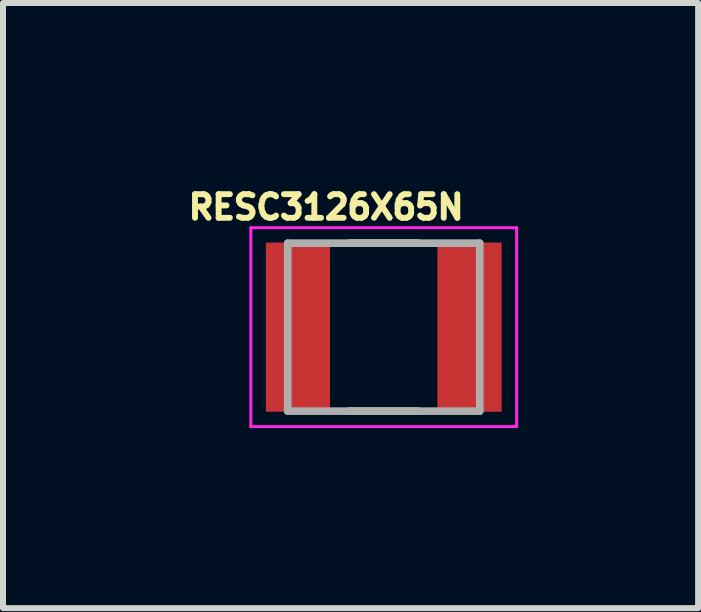
<source format=kicad_pcb>
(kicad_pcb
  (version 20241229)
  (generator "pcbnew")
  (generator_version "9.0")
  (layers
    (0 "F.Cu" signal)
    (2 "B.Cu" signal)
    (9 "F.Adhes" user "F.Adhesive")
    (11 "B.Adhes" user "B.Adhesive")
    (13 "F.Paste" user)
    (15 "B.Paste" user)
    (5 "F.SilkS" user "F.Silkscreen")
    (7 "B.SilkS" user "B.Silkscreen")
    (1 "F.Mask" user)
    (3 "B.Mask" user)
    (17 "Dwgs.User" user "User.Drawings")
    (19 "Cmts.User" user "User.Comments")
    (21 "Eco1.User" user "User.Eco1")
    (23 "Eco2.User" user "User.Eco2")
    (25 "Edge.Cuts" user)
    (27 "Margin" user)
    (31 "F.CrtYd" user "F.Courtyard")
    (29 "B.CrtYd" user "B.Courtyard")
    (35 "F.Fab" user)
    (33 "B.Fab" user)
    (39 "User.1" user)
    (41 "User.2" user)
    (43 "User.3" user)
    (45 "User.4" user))
  (footprint "RESC3126X65N"
    (layer "F.Cu")
    (at 3.346 2.403)
    (property "Reference" "RESC3126X65N" (at -0.96 -2 0) (layer "F.SilkS") (effects (font (size 0.394 0.394) (thickness 0.15))))
    (attr smd)
    (fp_line (start -0.57 -1.4) (end 0.57 -1.4) (stroke (width 0.127) (type solid)) (layer "F.SilkS"))
    (fp_line (start -0.57 1.4) (end 0.57 1.4) (stroke (width 0.127) (type solid)) (layer "F.SilkS"))
    (fp_line (start -2.215 -1.658) (end 2.215 -1.658) (stroke (width 0.05) (type solid)) (layer "F.CrtYd"))
    (fp_line (start -2.215 1.658) (end -2.215 -1.658) (stroke (width 0.05) (type solid)) (layer "F.CrtYd"))
    (fp_line (start -2.215 1.658) (end 2.215 1.658) (stroke (width 0.05) (type solid)) (layer "F.CrtYd"))
    (fp_line (start 2.215 1.658) (end 2.215 -1.658) (stroke (width 0.05) (type solid)) (layer "F.CrtYd"))
    (fp_line (start -1.6 1.4) (end -1.6 -1.4) (stroke (width 0.127) (type solid)) (layer "F.Fab"))
    (fp_line (start 1.6 -1.4) (end -1.6 -1.4) (stroke (width 0.127) (type solid)) (layer "F.Fab"))
    (fp_line (start 1.6 1.4) (end -1.6 1.4) (stroke (width 0.127) (type solid)) (layer "F.Fab"))
    (fp_line (start 1.6 1.4) (end 1.6 -1.4) (stroke (width 0.127) (type solid)) (layer "F.Fab"))
    (pad "1" smd rect (at -1.43 0) (size 1.07 2.82) (layers "F.Cu" "F.Mask" "F.Paste"))
    (pad "2" smd rect (at 1.43 0) (size 1.07 2.82) (layers "F.Cu" "F.Mask" "F.Paste")))
  (gr_rect
    (start -3 -3)
    (end 8.586 7.086)
    (stroke (width 0.1) (type default))
    (fill no)
    (layer "Edge.Cuts")))
</source>
